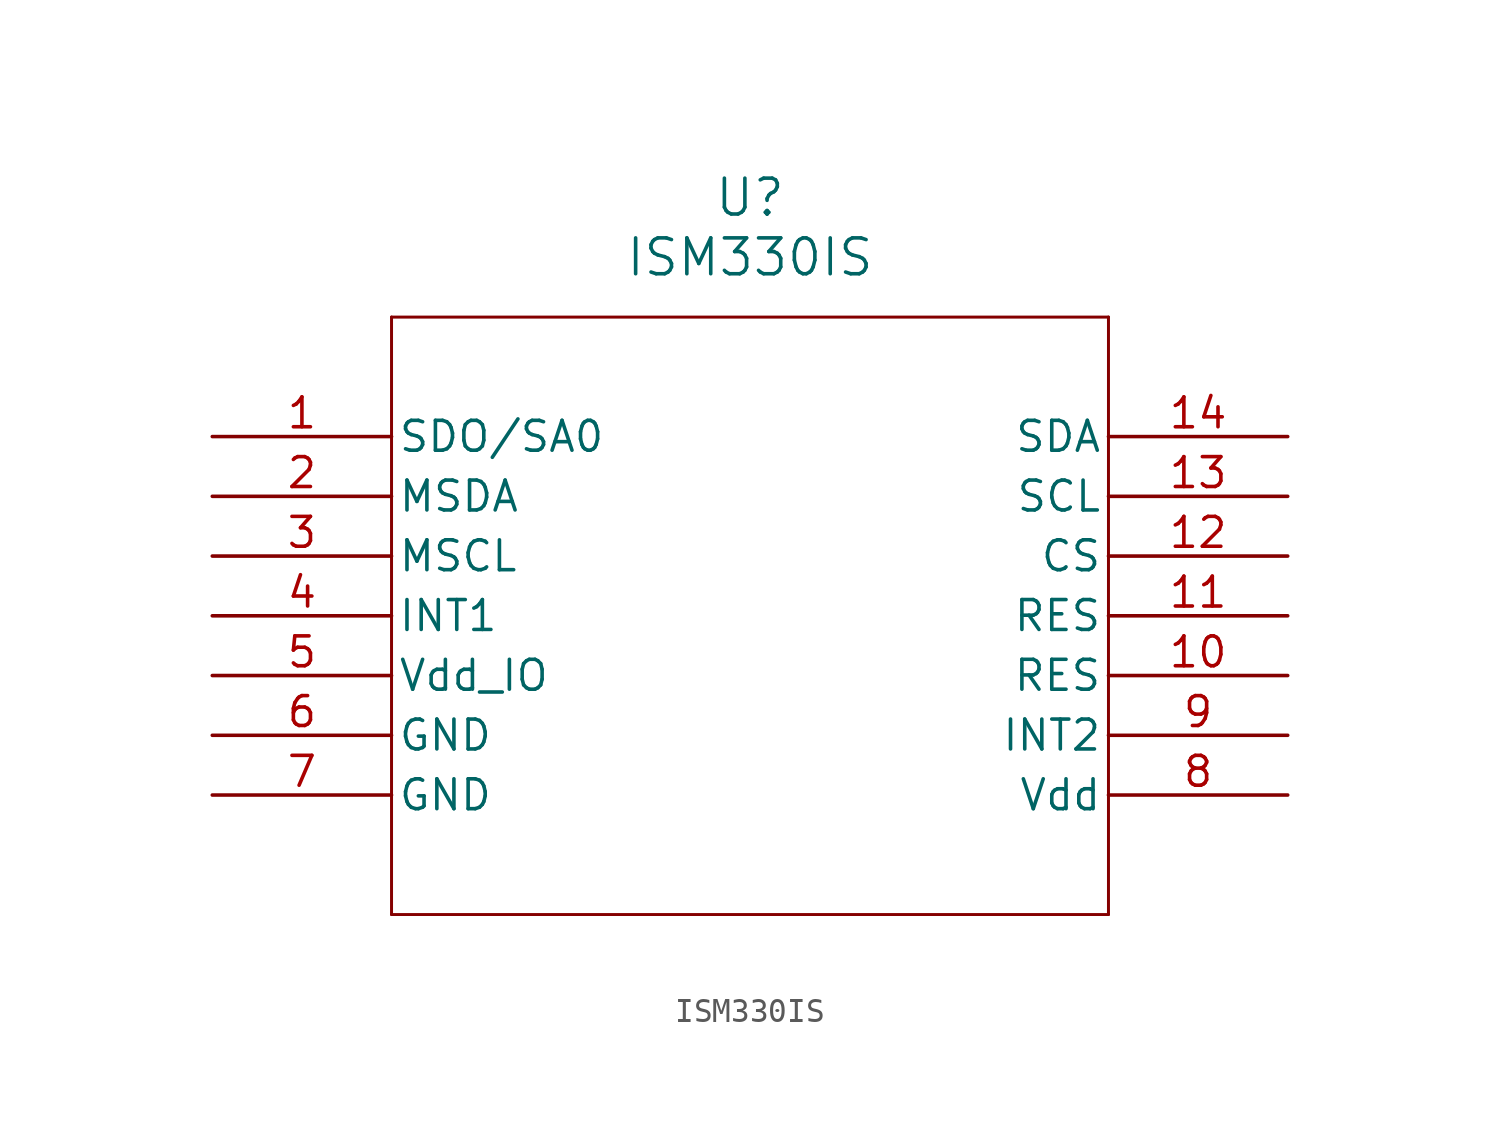
<source format=kicad_sym>
(kicad_symbol_lib
  (version 20211014)
  (generator kicad_symbol_editor)
  (symbol "ISM330IS"
    (pin_names
      (offset 0.254))
    (property "Reference" "U"
      (at 22.86 10.16 0)
      (effects (font (size 1.524 1.524))))
    (property "Value" "ISM330IS"
      (at 22.86 7.62 0)
      (effects (font (size 1.524 1.524))))
    (symbol "ISM330IS_0_1"
      (polyline (pts (xy 7.62 5.08) (xy 7.62 -20.32)) (stroke (width 0.127) (type default) (color 0 0 0 0)) (fill (type none)))
      (polyline (pts (xy 7.62 -20.32) (xy 38.1 -20.32)) (stroke (width 0.127) (type default) (color 0 0 0 0)) (fill (type none)))
      (polyline (pts (xy 38.1 -20.32) (xy 38.1 5.08)) (stroke (width 0.127) (type default) (color 0 0 0 0)) (fill (type none)))
      (polyline (pts (xy 38.1 5.08) (xy 7.62 5.08)) (stroke (width 0.127) (type default) (color 0 0 0 0)) (fill (type none)))
      (pin unspecified line (at 0 0 0) (length 7.62) (name "SDO/SA0" (effects (font (size 1.27 1.27)))) (number "1" (effects (font (size 1.27 1.27)))))
      (pin unspecified line (at 0 -2.54 0) (length 7.62) (name "MSDA" (effects (font (size 1.27 1.27)))) (number "2" (effects (font (size 1.27 1.27)))))
      (pin unspecified line (at 0 -5.08 0) (length 7.62) (name "MSCL" (effects (font (size 1.27 1.27)))) (number "3" (effects (font (size 1.27 1.27)))))
      (pin input line (at 0 -7.62 0) (length 7.62) (name "INT1" (effects (font (size 1.27 1.27)))) (number "4" (effects (font (size 1.27 1.27)))))
      (pin power_in line (at 0 -10.16 0) (length 7.62) (name "Vdd_IO" (effects (font (size 1.27 1.27)))) (number "5" (effects (font (size 1.27 1.27)))))
      (pin power_out line (at 0 -12.7 0) (length 7.62) (name "GND" (effects (font (size 1.27 1.27)))) (number "6" (effects (font (size 1.27 1.27)))))
      (pin power_out line (at 0 -15.24 0) (length 7.62) (name "GND" (effects (font (size 1.27 1.27)))) (number "7" (effects (font (size 1.27 1.27)))))
      (pin power_in line (at 45.72 -15.24 180) (length 7.62) (name "Vdd" (effects (font (size 1.27 1.27)))) (number "8" (effects (font (size 1.27 1.27)))))
      (pin input line (at 45.72 -12.7 180) (length 7.62) (name "INT2" (effects (font (size 1.27 1.27)))) (number "9" (effects (font (size 1.27 1.27)))))
      (pin unspecified line (at 45.72 -10.16 180) (length 7.62) (name "RES" (effects (font (size 1.27 1.27)))) (number "10" (effects (font (size 1.27 1.27)))))
      (pin unspecified line (at 45.72 -7.62 180) (length 7.62) (name "RES" (effects (font (size 1.27 1.27)))) (number "11" (effects (font (size 1.27 1.27)))))
      (pin unspecified line (at 45.72 -5.08 180) (length 7.62) (name "CS" (effects (font (size 1.27 1.27)))) (number "12" (effects (font (size 1.27 1.27)))))
      (pin unspecified line (at 45.72 -2.54 180) (length 7.62) (name "SCL" (effects (font (size 1.27 1.27)))) (number "13" (effects (font (size 1.27 1.27)))))
      (pin unspecified line (at 45.72 0 180) (length 7.62) (name "SDA" (effects (font (size 1.27 1.27)))) (number "14" (effects (font (size 1.27 1.27))))))))
</source>
